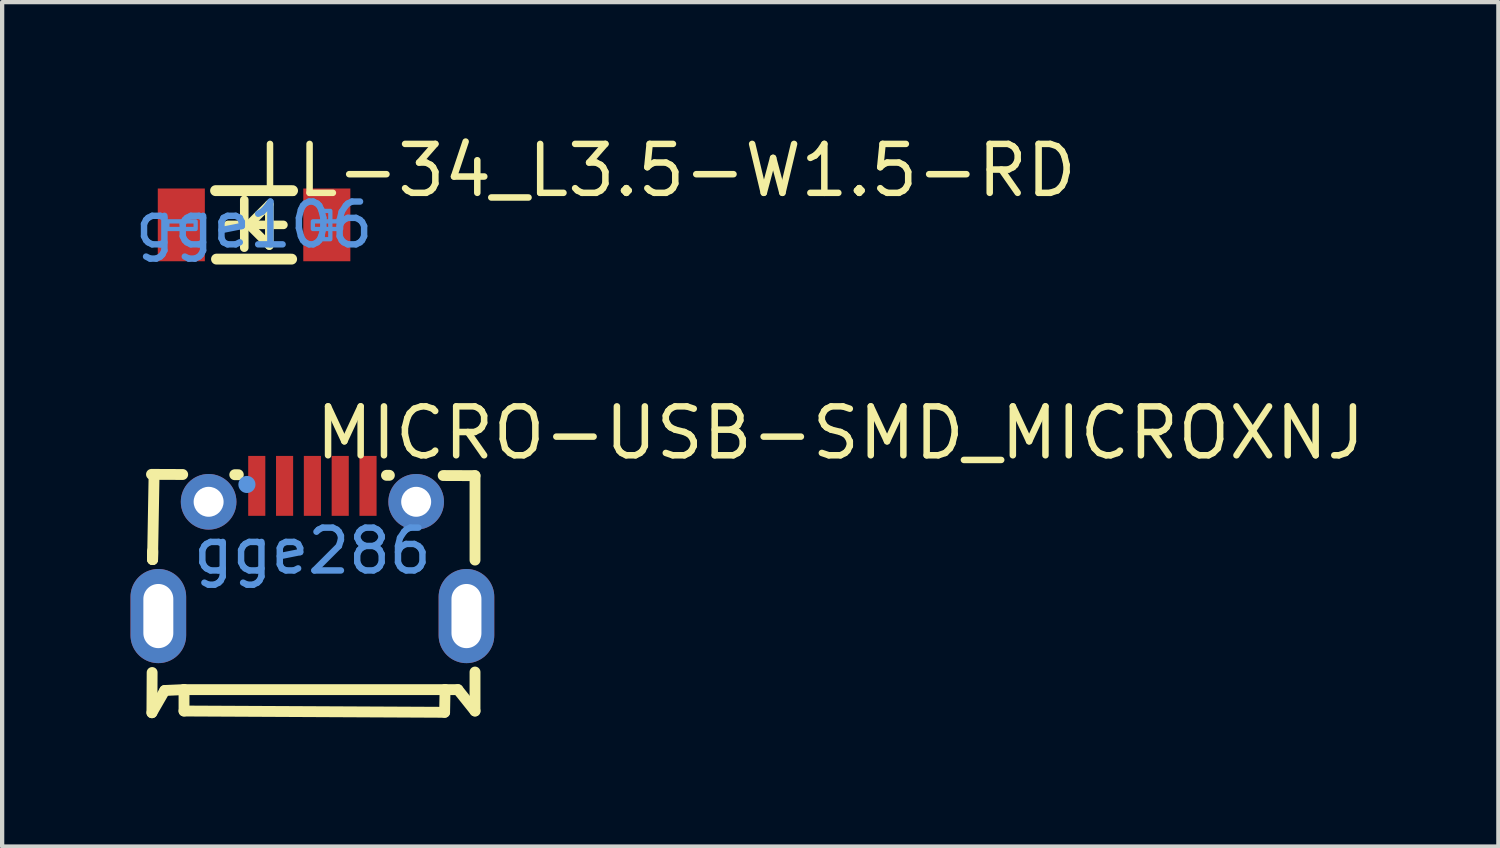
<source format=kicad_pcb>
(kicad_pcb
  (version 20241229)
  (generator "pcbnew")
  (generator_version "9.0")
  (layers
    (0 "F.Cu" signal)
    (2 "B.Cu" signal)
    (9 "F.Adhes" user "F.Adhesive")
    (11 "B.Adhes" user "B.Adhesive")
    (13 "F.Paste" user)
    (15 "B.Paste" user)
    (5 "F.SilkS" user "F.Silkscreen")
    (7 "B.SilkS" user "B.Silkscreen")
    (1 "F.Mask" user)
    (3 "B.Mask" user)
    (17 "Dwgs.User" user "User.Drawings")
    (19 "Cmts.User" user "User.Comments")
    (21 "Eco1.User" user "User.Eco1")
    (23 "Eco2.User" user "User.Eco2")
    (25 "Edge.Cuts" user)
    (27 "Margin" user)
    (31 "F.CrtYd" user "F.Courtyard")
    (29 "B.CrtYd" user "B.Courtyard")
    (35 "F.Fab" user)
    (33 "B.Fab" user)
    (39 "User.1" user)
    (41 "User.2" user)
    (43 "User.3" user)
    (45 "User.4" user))
  (footprint "LL-34_L3.5-W1.5-RD"
    (layer "F.Cu")
    (at 2.887 2.205)
    (property "Reference" "LL-34_L3.5-W1.5-RD" (at 0 -1.27 0) (layer "F.SilkS") (effects (font (size 1.143 1.143) (thickness 0.152)) (justify left)))
    (attr smd)
    (fp_line (start -0.9 -0.8) (end 0.9 -0.8) (stroke (width 0.254) (type solid)) (layer "F.SilkS"))
    (fp_line (start -0.878 0.8) (end 0.878 0.8) (stroke (width 0.254) (type solid)) (layer "F.SilkS"))
    (fp_line (start -0.61 0) (end 0.686 0) (stroke (width 0.2) (type solid)) (layer "F.SilkS"))
    (fp_line (start -0.229 -0.584) (end -0.229 0.533) (stroke (width 0.2) (type solid)) (layer "F.SilkS"))
    (fp_line (start -0.127 0) (end 0.356 -0.483) (stroke (width 0.2) (type solid)) (layer "F.SilkS"))
    (fp_line (start 0.356 -0.483) (end 0.356 0.483) (stroke (width 0.2) (type solid)) (layer "F.SilkS"))
    (fp_line (start 0.356 0.483) (end -0.102 0.025) (stroke (width 0.2) (type solid)) (layer "F.SilkS"))
    (fp_poly (pts (xy -1.365 0.096) (xy -2.026 0.096) (xy -2.026 -0.082) (xy -1.365 -0.082)) (stroke (width 0.1) (type solid)) (fill no) (layer "Cmts.User"))
    (fp_poly (pts (xy 1.604 0.335) (xy 1.604 -0.326) (xy 1.782 -0.326) (xy 1.782 0.335)) (stroke (width 0.1) (type solid)) (fill no) (layer "Cmts.User"))
    (fp_poly (pts (xy 2.035 0.096) (xy 1.374 0.096) (xy 1.374 -0.082) (xy 2.035 -0.082)) (stroke (width 0.1) (type solid)) (fill no) (layer "Cmts.User"))
    (fp_text user "gge106" (at 0 0 0) (layer "Cmts.User") (effects (font (size 1 1) (thickness 0.15))))
    (pad "1" smd rect (at -1.7 0 180) (size 1.1 1.7) (layers "F.Cu" "F.Mask" "F.Paste"))
    (pad "2" smd rect (at 1.7 0 180) (size 1.1 1.7) (layers "F.Cu" "F.Mask" "F.Paste")))
  (footprint "MICRO-USB-SMD_MICROXNJ"
    (layer "F.Cu")
    (at 4.25 9.825)
    (property "Reference" "MICRO-USB-SMD_MICROXNJ" (at -0.006 -2.757 0) (layer "F.SilkS") (effects (font (size 1.143 1.143) (thickness 0.152)) (justify left)))
    (attr smd)
    (fp_line (start -3.76 -1.79) (end -3.031 -1.787) (stroke (width 0.254) (type solid)) (layer "F.SilkS"))
    (fp_line (start -3.75 3.78) (end -3.745 2.84) (stroke (width 0.254) (type solid)) (layer "F.SilkS"))
    (fp_line (start -3.735 0.201) (end -3.731 -0.007) (stroke (width 0.254) (type solid)) (layer "F.SilkS"))
    (fp_line (start -3.735 0.201) (end -3.7 -1.76) (stroke (width 0.254) (type solid)) (layer "F.SilkS"))
    (fp_line (start -3.733 0.2) (end -3.732 0.026) (stroke (width 0.254) (type solid)) (layer "F.SilkS"))
    (fp_line (start -3.45 3.26) (end -3.75 3.78) (stroke (width 0.254) (type solid)) (layer "F.SilkS"))
    (fp_line (start -3 3.24) (end -3.45 3.26) (stroke (width 0.254) (type solid)) (layer "F.SilkS"))
    (fp_line (start -3 3.24) (end -3 3.74) (stroke (width 0.254) (type solid)) (layer "F.SilkS"))
    (fp_line (start -3 3.24) (end 3.1 3.24) (stroke (width 0.254) (type solid)) (layer "F.SilkS"))
    (fp_line (start -3 3.74) (end 3.09 3.77) (stroke (width 0.254) (type solid)) (layer "F.SilkS"))
    (fp_line (start -1.814 -1.782) (end -1.731 -1.782) (stroke (width 0.254) (type solid)) (layer "F.SilkS"))
    (fp_line (start 1.731 -1.768) (end 1.799 -1.768) (stroke (width 0.254) (type solid)) (layer "F.SilkS"))
    (fp_line (start 3.056 -1.763) (end 3.8 -1.76) (stroke (width 0.254) (type solid)) (layer "F.SilkS"))
    (fp_line (start 3.09 3.77) (end 3.1 3.24) (stroke (width 0.254) (type solid)) (layer "F.SilkS"))
    (fp_line (start 3.1 3.24) (end 3.4 3.24) (stroke (width 0.254) (type solid)) (layer "F.SilkS"))
    (fp_line (start 3.4 3.24) (end 3.8 3.74) (stroke (width 0.254) (type solid)) (layer "F.SilkS"))
    (fp_line (start 3.8 -1.76) (end 3.8 0.213) (stroke (width 0.254) (type solid)) (layer "F.SilkS"))
    (fp_line (start 3.8 3.74) (end 3.8 2.829) (stroke (width 0.254) (type solid)) (layer "F.SilkS"))
    (fp_circle (center -2.425 -1.149) (end -2.1 -1.149) (stroke (width 0.65) (type solid)) (fill no) (layer "F.Paste"))
    (fp_circle (center 2.425 -1.149) (end 2.75 -1.149) (stroke (width 0.65) (type solid)) (fill no) (layer "F.Paste"))
    (fp_poly (pts (xy -1.1 -2.221) (xy -1.5 -2.221) (xy -1.5 -1.021) (xy -1.5 -0.821) (xy -1.1 -0.821) (xy -1.1 -1.058)) (stroke (width 0) (type solid)) (fill yes) (layer "F.Paste"))
    (fp_poly (pts (xy -0.45 -2.221) (xy -0.85 -2.221) (xy -0.85 -1.021) (xy -0.85 -0.821) (xy -0.45 -0.821) (xy -0.45 -1.058)) (stroke (width 0) (type solid)) (fill yes) (layer "F.Paste"))
    (fp_poly (pts (xy 0.2 -2.221) (xy -0.2 -2.221) (xy -0.2 -1.021) (xy -0.2 -0.821) (xy 0.2 -0.821) (xy 0.2 -1.058)) (stroke (width 0) (type solid)) (fill yes) (layer "F.Paste"))
    (fp_poly (pts (xy 0.85 -2.221) (xy 0.45 -2.221) (xy 0.45 -1.021) (xy 0.45 -0.821) (xy 0.85 -0.821) (xy 0.85 -1.058)) (stroke (width 0) (type solid)) (fill yes) (layer "F.Paste"))
    (fp_poly (pts (xy 1.5 -2.221) (xy 1.1 -2.221) (xy 1.1 -1.021) (xy 1.1 -0.821) (xy 1.5 -0.821) (xy 1.5 -1.058)) (stroke (width 0) (type solid)) (fill yes) (layer "F.Paste"))
    (fp_circle (center -1.53 -1.554) (end -1.43 -1.554) (stroke (width 0.2) (type solid)) (fill no) (layer "Cmts.User"))
    (fp_text user "gge286" (at 0 0 0) (layer "Cmts.User") (effects (font (size 1 1) (thickness 0.15))))
    (pad "1" smd rect (at -1.3 -1.521 270) (size 1.4 0.4) (layers "F.Cu" "F.Mask" "F.Paste"))
    (pad "2" smd rect (at -0.65 -1.521 270) (size 1.4 0.4) (layers "F.Cu" "F.Mask" "F.Paste"))
    (pad "3" smd rect (at 0 -1.521 270) (size 1.4 0.4) (layers "F.Cu" "F.Mask" "F.Paste"))
    (pad "4" smd rect (at 0.65 -1.521 270) (size 1.4 0.4) (layers "F.Cu" "F.Mask" "F.Paste"))
    (pad "5" smd rect (at 1.3 -1.521 270) (size 1.4 0.4) (layers "F.Cu" "F.Mask" "F.Paste"))
    (pad "6" thru_hole circle (at 2.425 -1.149) (size 1.3 1.3) (drill 0.7) (layers "*.Cu" "*.Paste" "*.Mask"))
    (pad "7" thru_hole oval (at 3.6 1.521) (size 1.3 2.2) (drill oval 0.7 1.5) (layers "*.Cu" "*.Paste" "*.Mask"))
    (pad "8" thru_hole oval (at -3.6 1.521) (size 1.3 2.2) (drill oval 0.7 1.5) (layers "*.Cu" "*.Paste" "*.Mask"))
    (pad "9" thru_hole circle (at -2.425 -1.149) (size 1.3 1.3) (drill 0.7) (layers "*.Cu" "*.Paste" "*.Mask")))
  (gr_rect
    (start -3 -3)
    (end 31.964 16.732)
    (stroke (width 0.1) (type default))
    (fill no)
    (layer "Edge.Cuts")))
</source>
